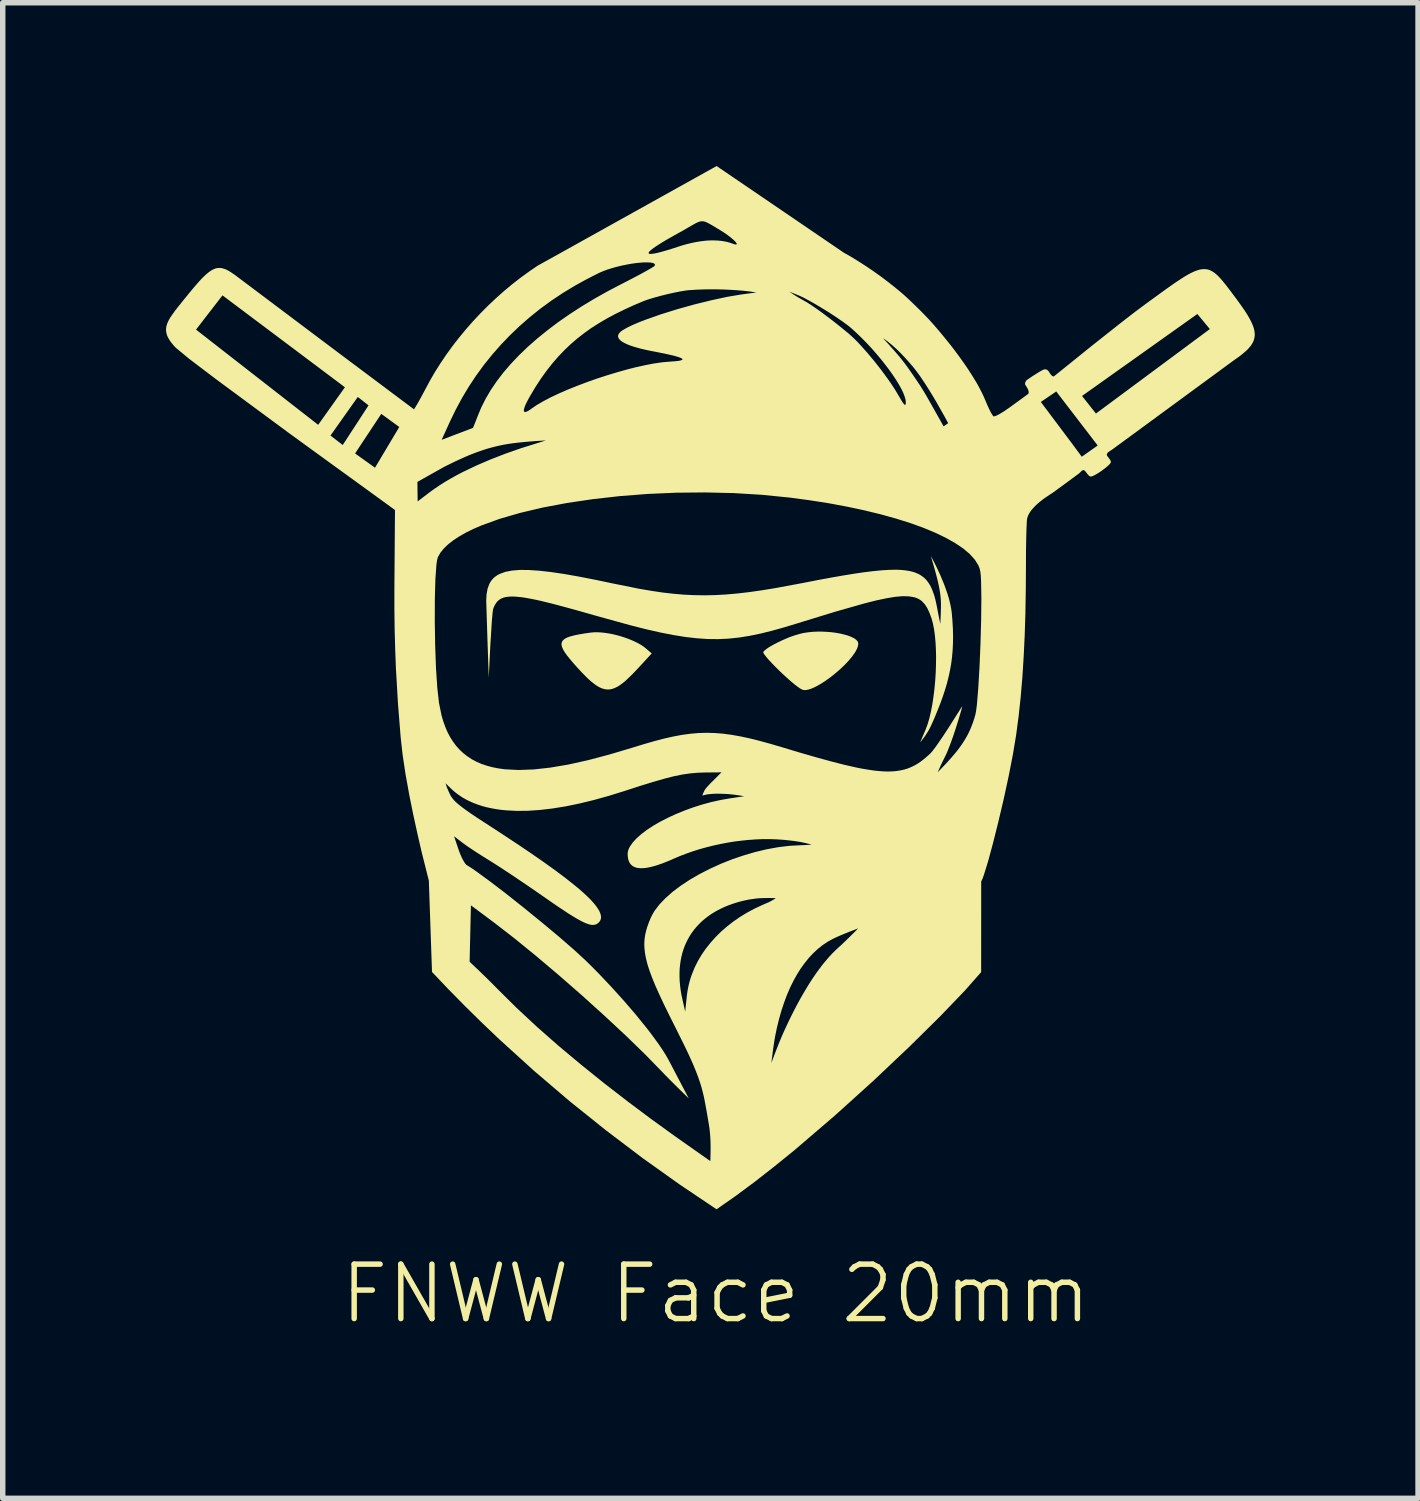
<source format=kicad_pcb>
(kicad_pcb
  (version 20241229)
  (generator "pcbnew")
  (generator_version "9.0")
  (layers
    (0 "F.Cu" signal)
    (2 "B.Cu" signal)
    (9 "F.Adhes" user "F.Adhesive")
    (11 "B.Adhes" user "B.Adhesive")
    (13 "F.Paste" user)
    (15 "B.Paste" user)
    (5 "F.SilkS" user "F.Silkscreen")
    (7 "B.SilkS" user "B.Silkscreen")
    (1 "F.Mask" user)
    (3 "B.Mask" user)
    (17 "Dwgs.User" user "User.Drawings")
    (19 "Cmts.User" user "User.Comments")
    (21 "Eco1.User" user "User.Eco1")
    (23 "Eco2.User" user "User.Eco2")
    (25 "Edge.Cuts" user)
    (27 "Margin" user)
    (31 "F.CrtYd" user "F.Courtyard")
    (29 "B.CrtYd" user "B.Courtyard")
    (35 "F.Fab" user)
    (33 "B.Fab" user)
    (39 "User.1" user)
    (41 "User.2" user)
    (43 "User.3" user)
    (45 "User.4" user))
  (footprint "FNWW Face 20mm"
    (layer "F.Cu")
    (at 10.099 19.445)
    (property "Reference" "FNWW Face 20mm" (at 0 1.27 0) (unlocked yes) (layer "F.SilkS") (effects (font (size 1 1) (thickness 0.1))))
    (fp_poly (pts (xy -2.11 -10.877) (xy -2.043 -10.87) (xy -1.974 -10.86) (xy -1.903 -10.847) (xy -1.832 -10.83) (xy -1.761 -10.811) (xy -1.69 -10.789) (xy -1.621 -10.765) (xy -1.555 -10.739) (xy -1.492 -10.711) (xy -1.433 -10.682) (xy -1.378 -10.651) (xy -1.33 -10.619) (xy -1.287 -10.586) (xy -1.177 -10.491) (xy -1.429 -10.218) (xy -1.516 -10.126) (xy -1.596 -10.047) (xy -1.633 -10.012) (xy -1.669 -9.98) (xy -1.704 -9.951) (xy -1.738 -9.925) (xy -1.771 -9.902) (xy -1.803 -9.882) (xy -1.835 -9.866) (xy -1.866 -9.852) (xy -1.896 -9.842) (xy -1.926 -9.834) (xy -1.955 -9.83) (xy -1.985 -9.829) (xy -2.015 -9.831) (xy -2.044 -9.836) (xy -2.074 -9.844) (xy -2.105 -9.855) (xy -2.135 -9.869) (xy -2.167 -9.887) (xy -2.199 -9.907) (xy -2.232 -9.931) (xy -2.266 -9.958) (xy -2.302 -9.987) (xy -2.338 -10.02) (xy -2.376 -10.056) (xy -2.456 -10.137) (xy -2.543 -10.231) (xy -2.619 -10.316) (xy -2.684 -10.393) (xy -2.738 -10.461) (xy -2.76 -10.492) (xy -2.78 -10.521) (xy -2.796 -10.549) (xy -2.81 -10.575) (xy -2.82 -10.599) (xy -2.828 -10.622) (xy -2.832 -10.644) (xy -2.834 -10.664) (xy -2.832 -10.682) (xy -2.827 -10.7) (xy -2.818 -10.716) (xy -2.807 -10.732) (xy -2.792 -10.746) (xy -2.774 -10.759) (xy -2.753 -10.772) (xy -2.728 -10.784) (xy -2.7 -10.795) (xy -2.668 -10.805) (xy -2.595 -10.824) (xy -2.507 -10.842) (xy -2.406 -10.859) (xy -2.29 -10.875) (xy -2.234 -10.88) (xy -2.174 -10.88)) (stroke (width -0.000001) (type solid)) (fill yes) (layer "F.SilkS"))
    (fp_poly (pts (xy 1.951 -10.892) (xy 2.039 -10.888) (xy 2.125 -10.881) (xy 2.208 -10.87) (xy 2.288 -10.856) (xy 2.361 -10.838) (xy 2.428 -10.819) (xy 2.487 -10.796) (xy 2.513 -10.784) (xy 2.537 -10.772) (xy 2.557 -10.759) (xy 2.575 -10.745) (xy 2.59 -10.731) (xy 2.602 -10.717) (xy 2.61 -10.702) (xy 2.615 -10.687) (xy 2.617 -10.662) (xy 2.613 -10.635) (xy 2.605 -10.606) (xy 2.593 -10.575) (xy 2.576 -10.542) (xy 2.556 -10.507) (xy 2.504 -10.434) (xy 2.44 -10.357) (xy 2.366 -10.279) (xy 2.284 -10.201) (xy 2.197 -10.126) (xy 2.107 -10.054) (xy 2.016 -9.989) (xy 1.927 -9.931) (xy 1.841 -9.883) (xy 1.762 -9.847) (xy 1.725 -9.834) (xy 1.69 -9.825) (xy 1.659 -9.819) (xy 1.63 -9.818) (xy 1.604 -9.821) (xy 1.582 -9.829) (xy 1.547 -9.849) (xy 1.504 -9.879) (xy 1.454 -9.917) (xy 1.399 -9.963) (xy 1.34 -10.014) (xy 1.279 -10.069) (xy 1.217 -10.126) (xy 1.156 -10.185) (xy 1.097 -10.243) (xy 1.042 -10.3) (xy 0.992 -10.353) (xy 0.949 -10.401) (xy 0.914 -10.444) (xy 0.888 -10.478) (xy 0.88 -10.492) (xy 0.875 -10.504) (xy 0.872 -10.513) (xy 0.873 -10.519) (xy 0.886 -10.535) (xy 0.905 -10.552) (xy 0.929 -10.572) (xy 0.959 -10.593) (xy 0.993 -10.614) (xy 1.032 -10.637) (xy 1.073 -10.66) (xy 1.118 -10.683) (xy 1.213 -10.729) (xy 1.311 -10.772) (xy 1.36 -10.792) (xy 1.409 -10.809) (xy 1.455 -10.825) (xy 1.5 -10.838) (xy 1.538 -10.849) (xy 1.574 -10.858) (xy 1.613 -10.867) (xy 1.693 -10.879) (xy 1.777 -10.888) (xy 1.863 -10.892)) (stroke (width -0.000001) (type solid)) (fill yes) (layer "F.SilkS"))
    (fp_poly (pts (xy 4.003 -12.182) (xy 4.06 -12.069) (xy 4.126 -11.926) (xy 4.194 -11.762) (xy 4.226 -11.674) (xy 4.257 -11.585) (xy 4.284 -11.495) (xy 4.306 -11.405) (xy 4.324 -11.316) (xy 4.336 -11.23) (xy 4.348 -11.082) (xy 4.356 -10.941) (xy 4.359 -10.805) (xy 4.357 -10.674) (xy 4.351 -10.547) (xy 4.34 -10.423) (xy 4.324 -10.301) (xy 4.303 -10.181) (xy 4.277 -10.062) (xy 4.247 -9.942) (xy 4.211 -9.822) (xy 4.171 -9.7) (xy 4.126 -9.576) (xy 4.076 -9.449) (xy 4.022 -9.317) (xy 3.962 -9.181) (xy 3.955 -9.165) (xy 3.947 -9.149) (xy 3.931 -9.118) (xy 3.915 -9.088) (xy 3.898 -9.058) (xy 3.88 -9.03) (xy 3.863 -9.004) (xy 3.846 -8.978) (xy 3.83 -8.955) (xy 3.815 -8.934) (xy 3.8 -8.915) (xy 3.777 -8.884) (xy 3.755 -8.858) (xy 3.788 -8.935) (xy 3.855 -9.093) (xy 3.891 -9.189) (xy 3.923 -9.299) (xy 3.952 -9.42) (xy 3.977 -9.55) (xy 3.998 -9.688) (xy 4.016 -9.831) (xy 4.03 -9.978) (xy 4.04 -10.126) (xy 4.045 -10.274) (xy 4.047 -10.42) (xy 4.044 -10.561) (xy 4.037 -10.697) (xy 4.025 -10.824) (xy 4.009 -10.941) (xy 3.988 -11.046) (xy 3.963 -11.137) (xy 3.926 -11.236) (xy 3.887 -11.321) (xy 3.842 -11.392) (xy 3.788 -11.45) (xy 3.757 -11.474) (xy 3.722 -11.494) (xy 3.685 -11.511) (xy 3.643 -11.524) (xy 3.547 -11.54) (xy 3.432 -11.543) (xy 3.294 -11.531) (xy 3.132 -11.504) (xy 2.943 -11.464) (xy 2.723 -11.408) (xy 2.182 -11.254) (xy 1.489 -11.041) (xy 1.251 -10.969) (xy 1.029 -10.907) (xy 0.819 -10.855) (xy 0.619 -10.814) (xy 0.425 -10.783) (xy 0.234 -10.763) (xy 0.043 -10.754) (xy -0.151 -10.756) (xy -0.351 -10.77) (xy -0.561 -10.794) (xy -0.784 -10.83) (xy -1.023 -10.877) (xy -1.281 -10.936) (xy -1.562 -11.007) (xy -2.203 -11.184) (xy -2.473 -11.261) (xy -2.715 -11.328) (xy -2.93 -11.386) (xy -3.028 -11.411) (xy -3.121 -11.434) (xy -3.207 -11.455) (xy -3.288 -11.473) (xy -3.364 -11.489) (xy -3.434 -11.502) (xy -3.5 -11.514) (xy -3.56 -11.523) (xy -3.617 -11.529) (xy -3.669 -11.534) (xy -3.716 -11.536) (xy -3.76 -11.536) (xy -3.801 -11.534) (xy -3.838 -11.53) (xy -3.871 -11.524) (xy -3.902 -11.515) (xy -3.916 -11.51) (xy -3.93 -11.504) (xy -3.943 -11.498) (xy -3.955 -11.492) (xy -3.966 -11.484) (xy -3.978 -11.477) (xy -3.988 -11.468) (xy -3.998 -11.46) (xy -4.017 -11.441) (xy -4.034 -11.419) (xy -4.049 -11.396) (xy -4.063 -11.371) (xy -4.076 -11.344) (xy -4.088 -11.314) (xy -4.094 -11.286) (xy -4.1 -11.236) (xy -4.114 -11.081) (xy -4.141 -10.65) (xy -4.17 -10.05) (xy -4.193 -10.701) (xy -4.217 -11.458) (xy -4.211 -11.574) (xy -4.193 -11.677) (xy -4.161 -11.765) (xy -4.139 -11.805) (xy -4.114 -11.841) (xy -4.084 -11.874) (xy -4.05 -11.903) (xy -4.012 -11.929) (xy -3.969 -11.952) (xy -3.868 -11.989) (xy -3.747 -12.013) (xy -3.604 -12.025) (xy -3.438 -12.024) (xy -3.247 -12.011) (xy -3.031 -11.987) (xy -2.787 -11.951) (xy -2.515 -11.903) (xy -2.212 -11.844) (xy -1.878 -11.774) (xy -1.406 -11.679) (xy -1.189 -11.642) (xy -0.982 -11.611) (xy -0.783 -11.588) (xy -0.588 -11.571) (xy -0.396 -11.562) (xy -0.205 -11.559) (xy -0.011 -11.563) (xy 0.188 -11.574) (xy 0.393 -11.592) (xy 0.608 -11.617) (xy 0.834 -11.649) (xy 1.075 -11.688) (xy 1.609 -11.787) (xy 1.874 -11.839) (xy 2.118 -11.884) (xy 2.34 -11.923) (xy 2.543 -11.956) (xy 2.727 -11.983) (xy 2.893 -12.003) (xy 3.043 -12.018) (xy 3.177 -12.026) (xy 3.297 -12.029) (xy 3.352 -12.028) (xy 3.404 -12.025) (xy 3.453 -12.021) (xy 3.499 -12.015) (xy 3.542 -12.008) (xy 3.583 -12) (xy 3.621 -11.99) (xy 3.657 -11.978) (xy 3.69 -11.965) (xy 3.722 -11.951) (xy 3.752 -11.935) (xy 3.78 -11.917) (xy 3.806 -11.898) (xy 3.831 -11.878) (xy 3.844 -11.866) (xy 3.857 -11.853) (xy 3.881 -11.825) (xy 3.903 -11.795) (xy 3.924 -11.764) (xy 3.943 -11.73) (xy 3.96 -11.696) (xy 3.975 -11.661) (xy 3.989 -11.625) (xy 4.002 -11.589) (xy 4.014 -11.553) (xy 4.024 -11.517) (xy 4.033 -11.483) (xy 4.048 -11.418) (xy 4.06 -11.36) (xy 4.093 -11.187) (xy 4.104 -11.131) (xy 4.125 -11.034) (xy 4.131 -11.163) (xy 4.135 -11.269) (xy 4.137 -11.355) (xy 4.137 -11.392) (xy 4.136 -11.427) (xy 4.135 -11.459) (xy 4.133 -11.489) (xy 4.131 -11.517) (xy 4.128 -11.545) (xy 4.121 -11.601) (xy 4.111 -11.662) (xy 4.103 -11.705) (xy 4.094 -11.752) (xy 4.071 -11.852) (xy 4.044 -11.955) (xy 4.017 -12.055) (xy 3.97 -12.217) (xy 3.949 -12.283)) (stroke (width -0.000001) (type solid)) (fill yes) (layer "F.SilkS"))
    (fp_poly (pts (xy 2.354 -17.852) (xy 2.487 -17.777) (xy 2.621 -17.694) (xy 2.757 -17.607) (xy 2.893 -17.515) (xy 3.027 -17.42) (xy 3.157 -17.322) (xy 3.284 -17.222) (xy 3.405 -17.122) (xy 3.459 -17.075) (xy 3.525 -17.015) (xy 3.599 -16.945) (xy 3.679 -16.867) (xy 3.762 -16.786) (xy 3.844 -16.702) (xy 3.923 -16.619) (xy 3.995 -16.539) (xy 4.078 -16.443) (xy 4.159 -16.347) (xy 4.314 -16.155) (xy 4.387 -16.06) (xy 4.457 -15.966) (xy 4.524 -15.873) (xy 4.588 -15.782) (xy 4.648 -15.693) (xy 4.704 -15.605) (xy 4.756 -15.521) (xy 4.805 -15.439) (xy 4.848 -15.359) (xy 4.887 -15.284) (xy 4.922 -15.211) (xy 4.951 -15.143) (xy 4.964 -15.113) (xy 4.976 -15.083) (xy 4.988 -15.055) (xy 5.001 -15.028) (xy 5.012 -15.002) (xy 5.024 -14.977) (xy 5.035 -14.955) (xy 5.046 -14.933) (xy 5.056 -14.914) (xy 5.066 -14.897) (xy 5.075 -14.882) (xy 5.083 -14.87) (xy 5.09 -14.86) (xy 5.097 -14.852) (xy 5.099 -14.849) (xy 5.102 -14.848) (xy 5.104 -14.846) (xy 5.106 -14.846) (xy 5.115 -14.847) (xy 5.126 -14.849) (xy 5.153 -14.859) (xy 5.185 -14.874) (xy 5.221 -14.894) (xy 5.261 -14.918) (xy 5.304 -14.945) (xy 5.395 -15.008) (xy 5.537 -15.111) (xy 5.971 -15.111) (xy 6.321 -14.645) (xy 6.577 -14.303) (xy 6.723 -14.105) (xy 7.016 -14.311) (xy 6.318 -15.221) (xy 6.728 -15.221) (xy 6.984 -14.898) (xy 9.076 -16.45) (xy 8.847 -16.727) (xy 6.728 -15.221) (xy 6.318 -15.221) (xy 6.255 -15.304) (xy 5.971 -15.111) (xy 5.537 -15.111) (xy 5.729 -15.251) (xy 5.734 -15.254) (xy 5.738 -15.259) (xy 5.741 -15.263) (xy 5.744 -15.268) (xy 5.746 -15.273) (xy 5.747 -15.278) (xy 5.748 -15.284) (xy 5.748 -15.29) (xy 5.748 -15.295) (xy 5.747 -15.302) (xy 5.746 -15.308) (xy 5.745 -15.314) (xy 5.743 -15.321) (xy 5.741 -15.327) (xy 5.736 -15.34) (xy 5.73 -15.353) (xy 5.723 -15.365) (xy 5.716 -15.377) (xy 5.709 -15.389) (xy 5.688 -15.422) (xy 5.686 -15.425) (xy 5.685 -15.428) (xy 5.684 -15.431) (xy 5.683 -15.434) (xy 5.682 -15.438) (xy 5.682 -15.441) (xy 5.681 -15.444) (xy 5.682 -15.448) (xy 5.682 -15.451) (xy 5.682 -15.455) (xy 5.683 -15.458) (xy 5.684 -15.462) (xy 5.684 -15.465) (xy 5.686 -15.469) (xy 5.687 -15.472) (xy 5.688 -15.476) (xy 5.691 -15.483) (xy 5.695 -15.489) (xy 5.698 -15.495) (xy 5.703 -15.501) (xy 5.707 -15.506) (xy 5.711 -15.511) (xy 5.715 -15.515) (xy 5.718 -15.517) (xy 5.72 -15.519) (xy 5.77 -15.552) (xy 5.814 -15.582) (xy 5.866 -15.615) (xy 5.918 -15.648) (xy 5.967 -15.677) (xy 5.989 -15.689) (xy 6.008 -15.699) (xy 6.024 -15.706) (xy 6.036 -15.709) (xy 6.04 -15.71) (xy 6.043 -15.71) (xy 6.047 -15.711) (xy 6.05 -15.711) (xy 6.053 -15.711) (xy 6.057 -15.71) (xy 6.06 -15.71) (xy 6.063 -15.709) (xy 6.066 -15.709) (xy 6.069 -15.708) (xy 6.072 -15.707) (xy 6.075 -15.706) (xy 6.078 -15.705) (xy 6.081 -15.703) (xy 6.084 -15.702) (xy 6.086 -15.7) (xy 6.089 -15.699) (xy 6.091 -15.697) (xy 6.094 -15.695) (xy 6.096 -15.693) (xy 6.101 -15.689) (xy 6.105 -15.685) (xy 6.109 -15.68) (xy 6.113 -15.676) (xy 6.116 -15.671) (xy 6.12 -15.666) (xy 6.126 -15.655) (xy 6.136 -15.641) (xy 6.142 -15.632) (xy 6.148 -15.624) (xy 6.154 -15.615) (xy 6.162 -15.607) (xy 6.169 -15.6) (xy 6.172 -15.596) (xy 6.176 -15.593) (xy 6.18 -15.59) (xy 6.184 -15.587) (xy 6.187 -15.585) (xy 6.191 -15.583) (xy 6.195 -15.582) (xy 6.199 -15.581) (xy 6.202 -15.58) (xy 6.206 -15.58) (xy 6.209 -15.581) (xy 6.213 -15.582) (xy 6.216 -15.584) (xy 6.219 -15.587) (xy 6.909 -16.143) (xy 7.46 -16.579) (xy 7.71 -16.772) (xy 7.913 -16.923) (xy 8.285 -17.193) (xy 8.437 -17.3) (xy 8.569 -17.387) (xy 8.629 -17.424) (xy 8.684 -17.456) (xy 8.736 -17.483) (xy 8.785 -17.506) (xy 8.831 -17.524) (xy 8.874 -17.538) (xy 8.915 -17.547) (xy 8.953 -17.551) (xy 8.99 -17.551) (xy 9.026 -17.547) (xy 9.06 -17.538) (xy 9.094 -17.524) (xy 9.127 -17.506) (xy 9.16 -17.484) (xy 9.193 -17.457) (xy 9.227 -17.426) (xy 9.261 -17.39) (xy 9.297 -17.35) (xy 9.373 -17.257) (xy 9.457 -17.147) (xy 9.552 -17.02) (xy 9.635 -16.906) (xy 9.707 -16.803) (xy 9.739 -16.755) (xy 9.768 -16.708) (xy 9.794 -16.664) (xy 9.817 -16.622) (xy 9.837 -16.582) (xy 9.855 -16.543) (xy 9.87 -16.506) (xy 9.882 -16.47) (xy 9.891 -16.436) (xy 9.897 -16.402) (xy 9.9 -16.37) (xy 9.901 -16.339) (xy 9.898 -16.309) (xy 9.893 -16.279) (xy 9.885 -16.25) (xy 9.874 -16.222) (xy 9.86 -16.194) (xy 9.843 -16.166) (xy 9.824 -16.138) (xy 9.801 -16.111) (xy 9.776 -16.083) (xy 9.748 -16.055) (xy 9.716 -16.027) (xy 9.682 -15.998) (xy 9.645 -15.968) (xy 9.605 -15.938) (xy 9.517 -15.876) (xy 7.292 -14.244) (xy 7.282 -14.237) (xy 7.273 -14.231) (xy 7.255 -14.219) (xy 7.239 -14.209) (xy 7.231 -14.203) (xy 7.224 -14.199) (xy 7.218 -14.194) (xy 7.211 -14.188) (xy 7.208 -14.186) (xy 7.206 -14.183) (xy 7.203 -14.181) (xy 7.2 -14.178) (xy 7.198 -14.175) (xy 7.196 -14.172) (xy 7.193 -14.169) (xy 7.191 -14.166) (xy 7.19 -14.163) (xy 7.188 -14.16) (xy 7.186 -14.157) (xy 7.185 -14.153) (xy 7.184 -14.149) (xy 7.183 -14.145) (xy 7.184 -14.141) (xy 7.184 -14.137) (xy 7.186 -14.132) (xy 7.188 -14.127) (xy 7.19 -14.122) (xy 7.193 -14.118) (xy 7.2 -14.107) (xy 7.208 -14.097) (xy 7.225 -14.074) (xy 7.233 -14.063) (xy 7.241 -14.052) (xy 7.245 -14.046) (xy 7.248 -14.041) (xy 7.251 -14.035) (xy 7.253 -14.03) (xy 7.255 -14.024) (xy 7.257 -14.019) (xy 7.257 -14.014) (xy 7.258 -14.009) (xy 7.257 -14.004) (xy 7.256 -13.999) (xy 7.254 -13.994) (xy 7.252 -13.989) (xy 7.241 -13.975) (xy 7.227 -13.96) (xy 7.209 -13.943) (xy 7.189 -13.925) (xy 7.167 -13.906) (xy 7.142 -13.887) (xy 7.117 -13.868) (xy 7.091 -13.848) (xy 7.064 -13.83) (xy 7.037 -13.812) (xy 7.011 -13.796) (xy 6.986 -13.781) (xy 6.962 -13.768) (xy 6.94 -13.757) (xy 6.92 -13.748) (xy 6.903 -13.742) (xy 6.898 -13.741) (xy 6.892 -13.741) (xy 6.887 -13.741) (xy 6.882 -13.742) (xy 6.877 -13.744) (xy 6.872 -13.746) (xy 6.867 -13.749) (xy 6.862 -13.752) (xy 6.857 -13.756) (xy 6.852 -13.76) (xy 6.847 -13.765) (xy 6.843 -13.769) (xy 6.834 -13.78) (xy 6.825 -13.791) (xy 6.808 -13.813) (xy 6.8 -13.823) (xy 6.792 -13.833) (xy 6.784 -13.842) (xy 6.78 -13.846) (xy 6.776 -13.849) (xy 6.772 -13.852) (xy 6.769 -13.854) (xy 6.765 -13.856) (xy 6.761 -13.857) (xy 6.758 -13.857) (xy 6.755 -13.858) (xy 6.751 -13.858) (xy 6.749 -13.858) (xy 6.746 -13.858) (xy 6.743 -13.857) (xy 6.74 -13.856) (xy 6.738 -13.855) (xy 6.735 -13.854) (xy 6.733 -13.853) (xy 6.73 -13.851) (xy 6.728 -13.85) (xy 6.723 -13.846) (xy 6.718 -13.842) (xy 6.697 -13.82) (xy 6.69 -13.813) (xy 6.683 -13.807) (xy 6.675 -13.8) (xy 6.667 -13.793) (xy 6.375 -13.578) (xy 6.243 -13.482) (xy 6.177 -13.434) (xy 6.138 -13.41) (xy 6.079 -13.37) (xy 6.043 -13.346) (xy 6.005 -13.318) (xy 5.966 -13.287) (xy 5.926 -13.254) (xy 5.887 -13.219) (xy 5.85 -13.182) (xy 5.815 -13.143) (xy 5.799 -13.124) (xy 5.784 -13.103) (xy 5.77 -13.083) (xy 5.757 -13.062) (xy 5.746 -13.041) (xy 5.736 -13.02) (xy 5.728 -12.999) (xy 5.722 -12.978) (xy 5.718 -12.957) (xy 5.715 -12.935) (xy 5.708 -12.788) (xy 5.703 -12.604) (xy 5.699 -12.38) (xy 5.698 -12.111) (xy 5.695 -11.663) (xy 5.688 -11.234) (xy 5.675 -10.824) (xy 5.656 -10.431) (xy 5.632 -10.052) (xy 5.601 -9.688) (xy 5.563 -9.336) (xy 5.518 -8.995) (xy 5.459 -8.639) (xy 5.38 -8.235) (xy 5.288 -7.81) (xy 5.189 -7.39) (xy 5.092 -7.003) (xy 5.003 -6.674) (xy 4.928 -6.431) (xy 4.899 -6.35) (xy 4.876 -6.301) (xy 4.875 -4.637) (xy 4.579 -4.301) (xy 4.131 -3.834) (xy 3.562 -3.272) (xy 2.905 -2.65) (xy 2.19 -2.004) (xy 1.449 -1.369) (xy 1.078 -1.068) (xy 0.713 -0.783) (xy 0.357 -0.519) (xy 0.014 -0.28) (xy -0.667 -0.738) (xy -1.346 -1.222) (xy -2.019 -1.732) (xy -2.685 -2.266) (xy -3.34 -2.825) (xy -3.981 -3.407) (xy -4.296 -3.707) (xy -4.606 -4.012) (xy -4.912 -4.323) (xy -5.213 -4.64) (xy -5.271 -6.317) (xy -5.402 -6.838) (xy -5.478 -7.167) (xy -5.556 -7.523) (xy -5.631 -7.894) (xy -5.669 -8.107) (xy -4.965 -8.107) (xy -4.955 -8.077) (xy -4.946 -8.049) (xy -4.941 -8.036) (xy -4.936 -8.023) (xy -4.932 -8.012) (xy -4.926 -7.999) (xy -4.914 -7.97) (xy -4.898 -7.936) (xy -4.88 -7.897) (xy -4.868 -7.874) (xy -4.854 -7.852) (xy -4.837 -7.829) (xy -4.817 -7.805) (xy -4.794 -7.78) (xy -4.767 -7.754) (xy -4.736 -7.726) (xy -4.7 -7.697) (xy -4.66 -7.666) (xy -4.615 -7.632) (xy -4.508 -7.556) (xy -4.377 -7.468) (xy -4.219 -7.366) (xy -3.914 -7.167) (xy -3.634 -6.982) (xy -3.379 -6.81) (xy -3.149 -6.65) (xy -2.944 -6.503) (xy -2.762 -6.366) (xy -2.604 -6.241) (xy -2.533 -6.183) (xy -2.468 -6.127) (xy -2.409 -6.074) (xy -2.355 -6.023) (xy -2.306 -5.975) (xy -2.264 -5.929) (xy -2.226 -5.885) (xy -2.194 -5.844) (xy -2.167 -5.805) (xy -2.145 -5.769) (xy -2.128 -5.734) (xy -2.117 -5.702) (xy -2.11 -5.672) (xy -2.108 -5.643) (xy -2.111 -5.617) (xy -2.119 -5.592) (xy -2.132 -5.57) (xy -2.15 -5.549) (xy -2.172 -5.53) (xy -2.197 -5.516) (xy -2.224 -5.507) (xy -2.255 -5.504) (xy -2.29 -5.506) (xy -2.33 -5.515) (xy -2.376 -5.531) (xy -2.428 -5.553) (xy -2.487 -5.583) (xy -2.554 -5.62) (xy -2.629 -5.665) (xy -2.714 -5.718) (xy -2.913 -5.85) (xy -3.157 -6.019) (xy -3.436 -6.212) (xy -3.717 -6.402) (xy -3.966 -6.566) (xy -4.069 -6.632) (xy -4.152 -6.684) (xy -4.224 -6.729) (xy -4.298 -6.775) (xy -4.372 -6.822) (xy -4.442 -6.868) (xy -4.507 -6.911) (xy -4.566 -6.951) (xy -4.615 -6.986) (xy -4.653 -7.014) (xy -4.808 -7.133) (xy -4.725 -6.887) (xy -4.716 -6.861) (xy -4.707 -6.836) (xy -4.697 -6.812) (xy -4.687 -6.788) (xy -4.677 -6.765) (xy -4.667 -6.742) (xy -4.656 -6.721) (xy -4.646 -6.701) (xy -4.635 -6.682) (xy -4.625 -6.665) (xy -4.615 -6.649) (xy -4.606 -6.636) (xy -4.597 -6.624) (xy -4.588 -6.614) (xy -4.584 -6.61) (xy -4.58 -6.606) (xy -4.576 -6.603) (xy -4.572 -6.601) (xy -4.499 -6.556) (xy -4.404 -6.491) (xy -4.159 -6.312) (xy -3.86 -6.084) (xy -3.532 -5.824) (xy -3.198 -5.552) (xy -2.88 -5.287) (xy -2.604 -5.047) (xy -2.392 -4.852) (xy -2.27 -4.732) (xy -2.149 -4.609) (xy -1.911 -4.358) (xy -1.683 -4.105) (xy -1.47 -3.857) (xy -1.278 -3.62) (xy -1.192 -3.509) (xy -1.113 -3.402) (xy -1.041 -3.302) (xy -0.979 -3.21) (xy -0.925 -3.125) (xy -0.881 -3.049) (xy -0.83 -2.953) (xy -0.766 -2.831) (xy -0.635 -2.581) (xy -0.497 -2.318) (xy -0.666 -2.483) (xy -0.747 -2.563) (xy -0.84 -2.656) (xy -0.928 -2.745) (xy -0.995 -2.815) (xy -1.296 -3.124) (xy -1.65 -3.468) (xy -2.044 -3.835) (xy -2.46 -4.211) (xy -2.886 -4.583) (xy -3.305 -4.937) (xy -3.703 -5.261) (xy -4.065 -5.541) (xy -4.498 -5.864) (xy -4.522 -4.827) (xy -4.351 -4.665) (xy -4.185 -4.504) (xy -4.096 -4.415) (xy -4.008 -4.326) (xy -3.658 -3.979) (xy -3.282 -3.629) (xy -2.884 -3.279) (xy -2.47 -2.933) (xy -2.046 -2.592) (xy -1.618 -2.261) (xy -1.192 -1.942) (xy -0.773 -1.639) (xy -0.1 -1.165) (xy -0.097 -1.263) (xy -0.095 -1.356) (xy -0.095 -1.445) (xy -0.097 -1.529) (xy -0.101 -1.609) (xy -0.107 -1.684) (xy -0.114 -1.754) (xy -0.124 -1.82) (xy -0.163 -2.052) (xy -0.199 -2.249) (xy -0.217 -2.34) (xy -0.238 -2.428) (xy -0.261 -2.516) (xy -0.288 -2.605) (xy -0.32 -2.698) (xy -0.357 -2.797) (xy -0.401 -2.905) (xy -0.427 -2.966) (xy 1.021 -2.966) (xy 1.044 -3.03) (xy 1.108 -3.198) (xy 1.151 -3.308) (xy 1.201 -3.43) (xy 1.257 -3.558) (xy 1.317 -3.687) (xy 1.376 -3.81) (xy 1.435 -3.927) (xy 1.494 -4.04) (xy 1.553 -4.148) (xy 1.612 -4.251) (xy 1.671 -4.35) (xy 1.729 -4.444) (xy 1.788 -4.534) (xy 1.846 -4.619) (xy 1.905 -4.699) (xy 1.963 -4.776) (xy 2.022 -4.847) (xy 2.08 -4.915) (xy 2.139 -4.978) (xy 2.198 -5.037) (xy 2.256 -5.092) (xy 2.314 -5.144) (xy 2.374 -5.201) (xy 2.434 -5.259) (xy 2.491 -5.315) (xy 2.581 -5.404) (xy 2.616 -5.441) (xy 2.448 -5.376) (xy 2.374 -5.346) (xy 2.296 -5.314) (xy 2.221 -5.281) (xy 2.153 -5.249) (xy 2.057 -5.196) (xy 1.966 -5.135) (xy 1.877 -5.065) (xy 1.793 -4.987) (xy 1.712 -4.901) (xy 1.635 -4.806) (xy 1.561 -4.704) (xy 1.492 -4.594) (xy 1.427 -4.477) (xy 1.365 -4.352) (xy 1.308 -4.219) (xy 1.256 -4.08) (xy 1.207 -3.933) (xy 1.163 -3.779) (xy 1.124 -3.619) (xy 1.089 -3.451) (xy 1.077 -3.38) (xy 1.065 -3.302) (xy 1.053 -3.221) (xy 1.043 -3.143) (xy 1.021 -2.966) (xy -0.427 -2.966) (xy -0.452 -3.022) (xy -0.511 -3.151) (xy -0.58 -3.295) (xy -0.748 -3.633) (xy -0.855 -3.846) (xy -0.95 -4.04) (xy -1.033 -4.217) (xy -1.105 -4.377) (xy -1.165 -4.523) (xy -1.176 -4.551) (xy -0.666 -4.551) (xy -0.663 -4.473) (xy -0.656 -4.392) (xy -0.646 -4.31) (xy -0.632 -4.227) (xy -0.614 -4.142) (xy -0.562 -3.912) (xy -0.531 -4.206) (xy -0.522 -4.272) (xy -0.511 -4.337) (xy -0.497 -4.402) (xy -0.481 -4.466) (xy -0.462 -4.53) (xy -0.44 -4.593) (xy -0.39 -4.717) (xy -0.33 -4.838) (xy -0.261 -4.955) (xy -0.183 -5.068) (xy -0.096 -5.177) (xy -0.002 -5.282) (xy 0.099 -5.382) (xy 0.208 -5.477) (xy 0.323 -5.566) (xy 0.444 -5.65) (xy 0.572 -5.728) (xy 0.704 -5.799) (xy 0.842 -5.864) (xy 0.929 -5.902) (xy 0.96 -5.915) (xy 0.986 -5.927) (xy 0.998 -5.933) (xy 1.01 -5.94) (xy 1.023 -5.947) (xy 1.036 -5.954) (xy 1.066 -5.972) (xy 1.104 -5.995) (xy 1.006 -5.998) (xy 0.943 -5.998) (xy 0.87 -5.997) (xy 0.788 -5.993) (xy 0.744 -5.989) (xy 0.698 -5.983) (xy 0.65 -5.976) (xy 0.599 -5.968) (xy 0.547 -5.957) (xy 0.493 -5.945) (xy 0.41 -5.923) (xy 0.33 -5.898) (xy 0.252 -5.871) (xy 0.178 -5.842) (xy 0.106 -5.809) (xy 0.038 -5.775) (xy -0.027 -5.738) (xy -0.09 -5.699) (xy -0.149 -5.657) (xy -0.205 -5.613) (xy -0.259 -5.567) (xy -0.309 -5.518) (xy -0.355 -5.468) (xy -0.399 -5.415) (xy -0.44 -5.36) (xy -0.477 -5.303) (xy -0.511 -5.244) (xy -0.541 -5.184) (xy -0.569 -5.121) (xy -0.593 -5.056) (xy -0.614 -4.989) (xy -0.631 -4.921) (xy -0.645 -4.85) (xy -0.655 -4.778) (xy -0.663 -4.704) (xy -0.666 -4.629) (xy -0.666 -4.551) (xy -1.176 -4.551) (xy -1.215 -4.656) (xy -1.235 -4.718) (xy -1.254 -4.778) (xy -1.269 -4.835) (xy -1.282 -4.89) (xy -1.293 -4.943) (xy -1.301 -4.995) (xy -1.307 -5.044) (xy -1.311 -5.093) (xy -1.313 -5.14) (xy -1.312 -5.186) (xy -1.309 -5.232) (xy -1.304 -5.277) (xy -1.297 -5.321) (xy -1.287 -5.366) (xy -1.276 -5.41) (xy -1.263 -5.455) (xy -1.231 -5.546) (xy -1.192 -5.64) (xy -1.162 -5.699) (xy -1.127 -5.759) (xy -1.037 -5.878) (xy -0.925 -5.995) (xy -0.794 -6.111) (xy -0.644 -6.224) (xy -0.479 -6.333) (xy -0.3 -6.437) (xy -0.11 -6.534) (xy 0.089 -6.625) (xy 0.295 -6.707) (xy 0.506 -6.779) (xy 0.72 -6.842) (xy 0.934 -6.893) (xy 1.147 -6.932) (xy 1.355 -6.957) (xy 1.558 -6.968) (xy 1.591 -6.969) (xy 1.625 -6.97) (xy 1.659 -6.972) (xy 1.691 -6.974) (xy 1.74 -6.978) (xy 1.76 -6.98) (xy 1.692 -6.997) (xy 1.63 -7.012) (xy 1.598 -7.019) (xy 1.568 -7.025) (xy 1.537 -7.031) (xy 1.503 -7.036) (xy 1.465 -7.042) (xy 1.425 -7.048) (xy 1.335 -7.058) (xy 1.235 -7.068) (xy 1.115 -7.076) (xy 0.992 -7.08) (xy 0.867 -7.08) (xy 0.74 -7.075) (xy 0.611 -7.066) (xy 0.481 -7.053) (xy 0.35 -7.037) (xy 0.22 -7.016) (xy 0.089 -6.991) (xy -0.04 -6.963) (xy -0.168 -6.931) (xy -0.295 -6.896) (xy -0.419 -6.857) (xy -0.541 -6.814) (xy -0.659 -6.769) (xy -0.774 -6.72) (xy -0.827 -6.696) (xy -0.879 -6.675) (xy -0.928 -6.655) (xy -0.976 -6.636) (xy -1.022 -6.62) (xy -1.066 -6.605) (xy -1.109 -6.591) (xy -1.149 -6.58) (xy -1.188 -6.57) (xy -1.225 -6.562) (xy -1.261 -6.555) (xy -1.295 -6.55) (xy -1.327 -6.547) (xy -1.357 -6.546) (xy -1.386 -6.546) (xy -1.412 -6.548) (xy -1.438 -6.551) (xy -1.461 -6.557) (xy -1.483 -6.564) (xy -1.503 -6.572) (xy -1.522 -6.583) (xy -1.539 -6.595) (xy -1.554 -6.609) (xy -1.568 -6.624) (xy -1.58 -6.641) (xy -1.59 -6.66) (xy -1.599 -6.68) (xy -1.606 -6.703) (xy -1.612 -6.727) (xy -1.615 -6.752) (xy -1.618 -6.78) (xy -1.619 -6.809) (xy -1.616 -6.842) (xy -1.608 -6.876) (xy -1.594 -6.912) (xy -1.575 -6.947) (xy -1.523 -7.021) (xy -1.453 -7.097) (xy -1.367 -7.173) (xy -1.265 -7.25) (xy -1.149 -7.326) (xy -1.021 -7.4) (xy -0.883 -7.471) (xy -0.735 -7.539) (xy -0.58 -7.603) (xy -0.418 -7.662) (xy -0.252 -7.715) (xy -0.082 -7.761) (xy 0.089 -7.799) (xy 0.261 -7.829) (xy 0.523 -7.868) (xy 0.457 -7.879) (xy 0.364 -7.893) (xy 0.315 -7.899) (xy 0.284 -7.902) (xy 0.249 -7.906) (xy 0.209 -7.909) (xy 0.164 -7.911) (xy 0.114 -7.913) (xy 0.059 -7.914) (xy 0.029 -7.915) (xy -0.000028 -7.914) (xy -0.029 -7.913) (xy -0.056 -7.912) (xy -0.082 -7.91) (xy -0.107 -7.907) (xy -0.13 -7.905) (xy -0.151 -7.902) (xy -0.159 -7.901) (xy -0.167 -7.899) (xy -0.176 -7.898) (xy -0.184 -7.896) (xy -0.2 -7.892) (xy -0.215 -7.889) (xy -0.228 -7.885) (xy -0.238 -7.883) (xy -0.247 -7.88) (xy -0.242 -7.894) (xy -0.236 -7.91) (xy -0.229 -7.929) (xy -0.219 -7.949) (xy -0.214 -7.96) (xy -0.209 -7.971) (xy -0.203 -7.981) (xy -0.197 -7.991) (xy -0.191 -8) (xy -0.185 -8.008) (xy -0.171 -8.025) (xy -0.155 -8.043) (xy -0.138 -8.062) (xy -0.12 -8.081) (xy -0.102 -8.1) (xy -0.082 -8.12) (xy -0.042 -8.16) (xy 0.105 -8.307) (xy -0.205 -8.304) (xy -0.341 -8.299) (xy -0.474 -8.287) (xy -0.613 -8.267) (xy -0.766 -8.236) (xy -0.941 -8.191) (xy -1.147 -8.132) (xy -1.391 -8.057) (xy -1.684 -7.962) (xy -1.968 -7.874) (xy -2.242 -7.798) (xy -2.505 -7.734) (xy -2.757 -7.682) (xy -2.999 -7.643) (xy -3.229 -7.616) (xy -3.448 -7.601) (xy -3.655 -7.599) (xy -3.851 -7.609) (xy -3.945 -7.618) (xy -4.035 -7.631) (xy -4.122 -7.647) (xy -4.207 -7.665) (xy -4.288 -7.687) (xy -4.366 -7.712) (xy -4.441 -7.74) (xy -4.513 -7.771) (xy -4.582 -7.805) (xy -4.648 -7.842) (xy -4.71 -7.883) (xy -4.769 -7.926) (xy -4.825 -7.972) (xy -4.878 -8.022) (xy -4.892 -8.036) (xy -4.908 -8.051) (xy -4.936 -8.079) (xy -4.965 -8.107) (xy -5.669 -8.107) (xy -5.698 -8.265) (xy -5.752 -8.623) (xy -5.789 -8.954) (xy -5.838 -9.568) (xy -5.876 -10.219) (xy -5.889 -10.562) (xy -5.899 -10.918) (xy -5.901 -11.077) (xy -5.162 -11.077) (xy -5.155 -10.643) (xy -5.14 -10.226) (xy -5.116 -9.862) (xy -5.085 -9.584) (xy -5.037 -9.349) (xy -5.005 -9.241) (xy -4.968 -9.139) (xy -4.927 -9.043) (xy -4.88 -8.954) (xy -4.827 -8.871) (xy -4.77 -8.794) (xy -4.706 -8.723) (xy -4.638 -8.659) (xy -4.563 -8.601) (xy -4.483 -8.548) (xy -4.397 -8.502) (xy -4.305 -8.462) (xy -4.207 -8.429) (xy -4.103 -8.401) (xy -3.992 -8.379) (xy -3.876 -8.363) (xy -3.623 -8.35) (xy -3.344 -8.36) (xy -3.037 -8.394) (xy -2.703 -8.451) (xy -2.34 -8.532) (xy -1.948 -8.636) (xy -1.526 -8.762) (xy -1.32 -8.825) (xy -1.129 -8.88) (xy -0.95 -8.927) (xy -0.781 -8.965) (xy -0.621 -8.995) (xy -0.466 -9.016) (xy -0.316 -9.029) (xy -0.167 -9.033) (xy -0.017 -9.029) (xy 0.135 -9.017) (xy 0.291 -8.996) (xy 0.454 -8.967) (xy 0.626 -8.93) (xy 0.81 -8.884) (xy 1.006 -8.83) (xy 1.218 -8.768) (xy 1.549 -8.668) (xy 1.849 -8.582) (xy 2.118 -8.508) (xy 2.359 -8.446) (xy 2.575 -8.397) (xy 2.674 -8.377) (xy 2.767 -8.361) (xy 2.856 -8.347) (xy 2.939 -8.336) (xy 3.018 -8.329) (xy 3.092 -8.324) (xy 3.163 -8.322) (xy 3.23 -8.324) (xy 3.293 -8.328) (xy 3.353 -8.336) (xy 3.411 -8.346) (xy 3.465 -8.359) (xy 3.518 -8.375) (xy 3.569 -8.395) (xy 3.618 -8.417) (xy 3.665 -8.441) (xy 3.712 -8.469) (xy 3.758 -8.5) (xy 3.803 -8.534) (xy 3.848 -8.57) (xy 3.893 -8.609) (xy 3.939 -8.651) (xy 3.966 -8.68) (xy 3.999 -8.722) (xy 4.038 -8.773) (xy 4.08 -8.833) (xy 4.173 -8.969) (xy 4.27 -9.117) (xy 4.528 -9.523) (xy 4.517 -9.475) (xy 4.492 -9.387) (xy 4.457 -9.27) (xy 4.415 -9.135) (xy 4.368 -8.992) (xy 4.318 -8.851) (xy 4.269 -8.724) (xy 4.246 -8.669) (xy 4.224 -8.621) (xy 4.173 -8.518) (xy 4.141 -8.452) (xy 4.114 -8.392) (xy 4.076 -8.307) (xy 4.211 -8.448) (xy 4.273 -8.515) (xy 4.33 -8.579) (xy 4.384 -8.642) (xy 4.434 -8.703) (xy 4.48 -8.764) (xy 4.523 -8.824) (xy 4.563 -8.886) (xy 4.6 -8.948) (xy 4.635 -9.011) (xy 4.666 -9.077) (xy 4.695 -9.145) (xy 4.722 -9.216) (xy 4.747 -9.291) (xy 4.77 -9.37) (xy 4.783 -9.441) (xy 4.797 -9.549) (xy 4.822 -9.853) (xy 4.845 -10.242) (xy 4.863 -10.673) (xy 4.875 -11.107) (xy 4.879 -11.5) (xy 4.874 -11.813) (xy 4.868 -11.926) (xy 4.859 -12.003) (xy 4.845 -12.056) (xy 4.824 -12.109) (xy 4.759 -12.213) (xy 4.667 -12.316) (xy 4.547 -12.418) (xy 4.4 -12.517) (xy 4.229 -12.614) (xy 4.033 -12.708) (xy 3.815 -12.799) (xy 3.574 -12.886) (xy 3.313 -12.968) (xy 3.032 -13.046) (xy 2.733 -13.119) (xy 2.415 -13.187) (xy 2.082 -13.249) (xy 1.733 -13.304) (xy 1.369 -13.353) (xy 0.853 -13.405) (xy 0.327 -13.437) (xy -0.203 -13.449) (xy -0.732 -13.444) (xy -1.255 -13.421) (xy -1.767 -13.381) (xy -2.261 -13.325) (xy -2.734 -13.255) (xy -3.18 -13.171) (xy -3.594 -13.073) (xy -3.97 -12.964) (xy -4.303 -12.843) (xy -4.452 -12.779) (xy -4.588 -12.712) (xy -4.711 -12.642) (xy -4.82 -12.571) (xy -4.915 -12.497) (xy -4.994 -12.421) (xy -5.057 -12.344) (xy -5.104 -12.264) (xy -5.119 -12.21) (xy -5.132 -12.12) (xy -5.151 -11.851) (xy -5.161 -11.491) (xy -5.162 -11.077) (xy -5.901 -11.077) (xy -5.904 -11.289) (xy -5.904 -11.676) (xy -5.893 -13.126) (xy -6.605 -13.643) (xy -5.481 -13.643) (xy -5.477 -13.284) (xy -5.252 -13.455) (xy -5.166 -13.517) (xy -5.073 -13.58) (xy -4.975 -13.642) (xy -4.871 -13.703) (xy -4.762 -13.764) (xy -4.647 -13.824) (xy -4.402 -13.941) (xy -4.14 -14.054) (xy -3.861 -14.162) (xy -3.569 -14.264) (xy -3.264 -14.359) (xy -3.243 -14.365) (xy -3.22 -14.373) (xy -3.174 -14.387) (xy -3.123 -14.404) (xy -3.291 -14.394) (xy -3.464 -14.38) (xy -3.562 -14.371) (xy -3.665 -14.36) (xy -3.744 -14.35) (xy -3.822 -14.338) (xy -3.899 -14.325) (xy -3.975 -14.309) (xy -4.05 -14.292) (xy -4.126 -14.272) (xy -4.202 -14.251) (xy -4.279 -14.226) (xy -4.358 -14.199) (xy -4.438 -14.169) (xy -4.521 -14.137) (xy -4.606 -14.101) (xy -4.786 -14.019) (xy -4.982 -13.923) (xy -5.481 -13.643) (xy -6.605 -13.643) (xy -7.325 -14.165) (xy -6.626 -14.165) (xy -6.26 -13.903) (xy -5.955 -14.415) (xy -5.036 -14.415) (xy -4.46 -14.635) (xy -4.433 -14.701) (xy -4.406 -14.769) (xy -4.375 -14.848) (xy -4.33 -14.958) (xy -3.526 -14.958) (xy -3.525 -14.95) (xy -3.524 -14.943) (xy -3.522 -14.937) (xy -3.52 -14.935) (xy -3.518 -14.933) (xy -3.516 -14.931) (xy -3.514 -14.929) (xy -3.511 -14.928) (xy -3.509 -14.927) (xy -3.502 -14.927) (xy -3.495 -14.927) (xy -3.487 -14.929) (xy -3.477 -14.932) (xy -3.467 -14.937) (xy -3.455 -14.942) (xy -3.443 -14.949) (xy -3.429 -14.957) (xy -3.415 -14.967) (xy -3.4 -14.978) (xy -3.383 -14.99) (xy -3.286 -15.056) (xy -3.169 -15.124) (xy -3.034 -15.195) (xy -2.885 -15.265) (xy -2.723 -15.336) (xy -2.551 -15.405) (xy -2.372 -15.473) (xy -2.188 -15.538) (xy -2.002 -15.599) (xy -1.816 -15.655) (xy -1.633 -15.707) (xy -1.456 -15.752) (xy -1.286 -15.789) (xy -1.127 -15.819) (xy -0.981 -15.84) (xy -0.85 -15.851) (xy -0.782 -15.856) (xy -0.726 -15.861) (xy -0.681 -15.866) (xy -0.647 -15.873) (xy -0.624 -15.881) (xy -0.617 -15.885) (xy -0.613 -15.89) (xy -0.611 -15.894) (xy -0.613 -15.899) (xy -0.617 -15.905) (xy -0.625 -15.91) (xy -0.648 -15.922) (xy -0.683 -15.935) (xy -0.73 -15.949) (xy -0.788 -15.965) (xy -0.858 -15.981) (xy -0.94 -15.999) (xy -1.14 -16.039) (xy -1.195 -16.049) (xy -1.247 -16.06) (xy -1.297 -16.071) (xy -1.345 -16.082) (xy -1.39 -16.093) (xy -1.433 -16.105) (xy -1.474 -16.117) (xy -1.512 -16.128) (xy -1.548 -16.14) (xy -1.582 -16.152) (xy -1.613 -16.164) (xy -1.641 -16.176) (xy -1.667 -16.189) (xy -1.691 -16.201) (xy -1.713 -16.214) (xy -1.731 -16.226) (xy -1.748 -16.239) (xy -1.762 -16.252) (xy -1.773 -16.265) (xy -1.782 -16.278) (xy -1.789 -16.291) (xy -1.791 -16.298) (xy -1.793 -16.304) (xy -1.794 -16.311) (xy -1.795 -16.317) (xy -1.795 -16.324) (xy -1.794 -16.331) (xy -1.792 -16.337) (xy -1.79 -16.344) (xy -1.784 -16.357) (xy -1.776 -16.371) (xy -1.765 -16.384) (xy -1.752 -16.398) (xy -1.736 -16.411) (xy -1.717 -16.425) (xy -1.696 -16.438) (xy -1.617 -16.482) (xy -1.521 -16.528) (xy -1.41 -16.575) (xy -1.286 -16.623) (xy -1.008 -16.721) (xy -0.703 -16.816) (xy -0.387 -16.904) (xy -0.077 -16.98) (xy 0.21 -17.042) (xy 0.46 -17.084) (xy 0.592 -17.102) (xy 0.745 -17.121) (xy 0.649 -17.137) (xy 1.35 -17.137) (xy 1.444 -17.075) (xy 1.484 -17.05) (xy 1.525 -17.025) (xy 1.564 -17.003) (xy 1.596 -16.985) (xy 1.664 -16.947) (xy 1.747 -16.895) (xy 1.843 -16.829) (xy 1.95 -16.753) (xy 2.065 -16.667) (xy 2.186 -16.574) (xy 2.311 -16.474) (xy 2.438 -16.37) (xy 2.488 -16.325) (xy 2.543 -16.274) (xy 2.601 -16.216) (xy 2.661 -16.152) (xy 2.787 -16.011) (xy 2.915 -15.857) (xy 3.041 -15.697) (xy 3.158 -15.537) (xy 3.213 -15.459) (xy 3.263 -15.384) (xy 3.309 -15.311) (xy 3.349 -15.242) (xy 3.37 -15.207) (xy 3.389 -15.175) (xy 3.405 -15.147) (xy 3.42 -15.123) (xy 3.433 -15.103) (xy 3.439 -15.094) (xy 3.445 -15.087) (xy 3.45 -15.08) (xy 3.455 -15.074) (xy 3.459 -15.069) (xy 3.463 -15.065) (xy 3.467 -15.062) (xy 3.47 -15.059) (xy 3.473 -15.058) (xy 3.476 -15.057) (xy 3.477 -15.057) (xy 3.478 -15.057) (xy 3.48 -15.057) (xy 3.481 -15.058) (xy 3.482 -15.058) (xy 3.483 -15.059) (xy 3.484 -15.062) (xy 3.486 -15.065) (xy 3.487 -15.069) (xy 3.488 -15.074) (xy 3.489 -15.079) (xy 3.489 -15.085) (xy 3.49 -15.092) (xy 3.49 -15.108) (xy 3.489 -15.131) (xy 3.485 -15.157) (xy 3.468 -15.216) (xy 3.442 -15.283) (xy 3.406 -15.357) (xy 3.361 -15.437) (xy 3.308 -15.523) (xy 3.248 -15.613) (xy 3.182 -15.706) (xy 3.109 -15.802) (xy 3.032 -15.899) (xy 2.949 -15.997) (xy 2.864 -16.095) (xy 2.775 -16.19) (xy 2.683 -16.284) (xy 2.682 -16.285) (xy 3.07 -16.285) (xy 3.178 -16.167) (xy 3.22 -16.119) (xy 3.258 -16.077) (xy 3.324 -16.001) (xy 3.386 -15.928) (xy 3.427 -15.877) (xy 3.473 -15.817) (xy 3.523 -15.749) (xy 3.574 -15.677) (xy 3.675 -15.53) (xy 3.762 -15.4) (xy 3.809 -15.324) (xy 3.871 -15.22) (xy 4.011 -14.973) (xy 4.185 -14.663) (xy 4.269 -14.721) (xy 4.209 -14.833) (xy 4.056 -15.104) (xy 3.958 -15.268) (xy 3.853 -15.436) (xy 3.747 -15.594) (xy 3.694 -15.666) (xy 3.643 -15.732) (xy 3.595 -15.789) (xy 3.538 -15.855) (xy 3.473 -15.927) (xy 3.402 -16.002) (xy 3.364 -16.04) (xy 3.325 -16.078) (xy 3.284 -16.115) (xy 3.243 -16.152) (xy 3.201 -16.187) (xy 3.158 -16.222) (xy 3.114 -16.254) (xy 3.07 -16.285) (xy 2.682 -16.285) (xy 2.59 -16.374) (xy 2.497 -16.459) (xy 2.461 -16.49) (xy 2.419 -16.523) (xy 2.32 -16.595) (xy 2.205 -16.674) (xy 2.081 -16.755) (xy 1.953 -16.834) (xy 1.829 -16.908) (xy 1.712 -16.974) (xy 1.611 -17.028) (xy 1.593 -17.037) (xy 1.573 -17.046) (xy 1.531 -17.065) (xy 1.487 -17.083) (xy 1.445 -17.1) (xy 1.377 -17.126) (xy 1.35 -17.137) (xy 0.649 -17.137) (xy 0.638 -17.139) (xy 0.506 -17.154) (xy 0.355 -17.166) (xy 0.189 -17.175) (xy 0.014 -17.18) (xy -0.165 -17.18) (xy -0.343 -17.174) (xy -0.514 -17.163) (xy -0.579 -17.154) (xy -0.67 -17.138) (xy -0.778 -17.116) (xy -0.898 -17.089) (xy -1.021 -17.058) (xy -1.14 -17.025) (xy -1.248 -16.992) (xy -1.296 -16.975) (xy -1.338 -16.959) (xy -1.515 -16.884) (xy -1.684 -16.806) (xy -1.845 -16.727) (xy -1.999 -16.645) (xy -2.145 -16.559) (xy -2.285 -16.47) (xy -2.418 -16.375) (xy -2.545 -16.276) (xy -2.667 -16.171) (xy -2.784 -16.059) (xy -2.897 -15.941) (xy -3.005 -15.816) (xy -3.11 -15.682) (xy -3.212 -15.54) (xy -3.311 -15.388) (xy -3.407 -15.227) (xy -3.436 -15.176) (xy -3.461 -15.129) (xy -3.482 -15.087) (xy -3.491 -15.068) (xy -3.499 -15.05) (xy -3.506 -15.033) (xy -3.512 -15.017) (xy -3.516 -15.003) (xy -3.52 -14.99) (xy -3.523 -14.978) (xy -3.525 -14.967) (xy -3.526 -14.958) (xy -4.33 -14.958) (xy -4.308 -15.01) (xy -4.227 -15.171) (xy -4.132 -15.332) (xy -4.023 -15.493) (xy -3.901 -15.652) (xy -3.765 -15.81) (xy -3.617 -15.966) (xy -3.456 -16.121) (xy -3.282 -16.274) (xy -3.096 -16.425) (xy -2.899 -16.574) (xy -2.689 -16.72) (xy -2.469 -16.863) (xy -2.237 -17.003) (xy -1.994 -17.14) (xy -1.74 -17.273) (xy -1.621 -17.334) (xy -1.508 -17.393) (xy -1.405 -17.447) (xy -1.315 -17.496) (xy -1.239 -17.539) (xy -1.18 -17.573) (xy -1.158 -17.587) (xy -1.141 -17.598) (xy -1.129 -17.606) (xy -1.124 -17.611) (xy -1.119 -17.623) (xy -1.118 -17.634) (xy -1.121 -17.643) (xy -1.129 -17.651) (xy -1.141 -17.658) (xy -1.156 -17.664) (xy -1.197 -17.672) (xy -1.251 -17.675) (xy -1.315 -17.675) (xy -1.387 -17.67) (xy -1.466 -17.662) (xy -1.551 -17.65) (xy -1.639 -17.634) (xy -1.728 -17.616) (xy -1.817 -17.594) (xy -1.905 -17.57) (xy -1.988 -17.544) (xy -2.066 -17.515) (xy -2.137 -17.485) (xy -2.368 -17.368) (xy -2.593 -17.244) (xy -2.81 -17.112) (xy -3.019 -16.973) (xy -3.221 -16.826) (xy -3.414 -16.671) (xy -3.6 -16.509) (xy -3.777 -16.34) (xy -3.946 -16.164) (xy -4.107 -15.981) (xy -4.259 -15.792) (xy -4.402 -15.596) (xy -4.536 -15.394) (xy -4.661 -15.185) (xy -4.777 -14.97) (xy -4.884 -14.749) (xy -5.036 -14.415) (xy -5.955 -14.415) (xy -5.814 -14.651) (xy -6.145 -14.892) (xy -6.626 -14.165) (xy -7.325 -14.165) (xy -7.778 -14.494) (xy -7.078 -14.494) (xy -6.853 -14.32) (xy -6.379 -15.048) (xy -6.576 -15.203) (xy -7.078 -14.494) (xy -7.778 -14.494) (xy -7.814 -14.52) (xy -9.186 -15.533) (xy -9.676 -15.905) (xy -9.921 -16.108) (xy -9.949 -16.138) (xy -9.974 -16.167) (xy -9.997 -16.195) (xy -10.018 -16.222) (xy -10.036 -16.249) (xy -10.051 -16.275) (xy -10.065 -16.3) (xy -10.076 -16.325) (xy -10.085 -16.35) (xy -10.091 -16.374) (xy -10.096 -16.398) (xy -10.098 -16.421) (xy -10.099 -16.44) (xy -9.548 -16.44) (xy -7.304 -14.691) (xy -6.813 -15.381) (xy -9.062 -17.069) (xy -9.548 -16.44) (xy -10.099 -16.44) (xy -10.099 -16.445) (xy -10.097 -16.468) (xy -10.094 -16.492) (xy -10.088 -16.516) (xy -10.081 -16.54) (xy -10.072 -16.564) (xy -10.061 -16.588) (xy -10.049 -16.613) (xy -10.035 -16.639) (xy -10.019 -16.665) (xy -9.982 -16.719) (xy -9.94 -16.777) (xy -9.893 -16.839) (xy -9.783 -16.976) (xy -9.685 -17.097) (xy -9.597 -17.203) (xy -9.518 -17.295) (xy -9.481 -17.336) (xy -9.447 -17.373) (xy -9.413 -17.406) (xy -9.382 -17.437) (xy -9.351 -17.464) (xy -9.322 -17.488) (xy -9.294 -17.509) (xy -9.267 -17.527) (xy -9.24 -17.542) (xy -9.214 -17.554) (xy -9.189 -17.563) (xy -9.164 -17.569) (xy -9.139 -17.572) (xy -9.114 -17.573) (xy -9.089 -17.571) (xy -9.063 -17.566) (xy -9.038 -17.559) (xy -9.011 -17.55) (xy -8.984 -17.538) (xy -8.956 -17.524) (xy -8.928 -17.507) (xy -8.898 -17.488) (xy -8.833 -17.444) (xy -8.763 -17.391) (xy -6.867 -15.966) (xy -5.543 -14.975) (xy -5.48 -15.08) (xy -5.45 -15.133) (xy -5.416 -15.194) (xy -5.38 -15.261) (xy -5.342 -15.332) (xy -5.254 -15.497) (xy -5.16 -15.66) (xy -5.058 -15.821) (xy -4.95 -15.981) (xy -4.836 -16.138) (xy -4.716 -16.292) (xy -4.591 -16.444) (xy -4.461 -16.592) (xy -4.325 -16.737) (xy -4.186 -16.877) (xy -4.042 -17.013) (xy -3.895 -17.144) (xy -3.744 -17.27) (xy -3.589 -17.391) (xy -3.432 -17.505) (xy -3.273 -17.614) (xy -2.848 -17.85) (xy -1.234 -17.85) (xy -1.234 -17.843) (xy -1.23 -17.838) (xy -1.223 -17.834) (xy -1.212 -17.831) (xy -1.198 -17.83) (xy -1.18 -17.831) (xy -1.134 -17.837) (xy -1.074 -17.849) (xy -1 -17.868) (xy -0.912 -17.893) (xy -0.81 -17.924) (xy -0.694 -17.962) (xy -0.619 -17.986) (xy -0.545 -18.007) (xy -0.472 -18.025) (xy -0.401 -18.041) (xy -0.332 -18.054) (xy -0.264 -18.064) (xy -0.198 -18.072) (xy -0.133 -18.077) (xy -0.071 -18.079) (xy -0.01 -18.078) (xy 0.049 -18.075) (xy 0.106 -18.069) (xy 0.162 -18.06) (xy 0.215 -18.049) (xy 0.266 -18.034) (xy 0.315 -18.017) (xy 0.343 -18.008) (xy 0.364 -18.003) (xy 0.371 -18.003) (xy 0.377 -18.004) (xy 0.382 -18.005) (xy 0.384 -18.008) (xy 0.385 -18.012) (xy 0.385 -18.017) (xy 0.383 -18.023) (xy 0.379 -18.03) (xy 0.368 -18.046) (xy 0.351 -18.065) (xy 0.328 -18.087) (xy 0.3 -18.111) (xy 0.268 -18.138) (xy 0.231 -18.166) (xy 0.19 -18.196) (xy 0.144 -18.227) (xy 0.095 -18.258) (xy 0.043 -18.29) (xy -0.07 -18.358) (xy -0.115 -18.383) (xy -0.153 -18.403) (xy -0.186 -18.418) (xy -0.202 -18.423) (xy -0.217 -18.427) (xy -0.231 -18.429) (xy -0.245 -18.431) (xy -0.259 -18.43) (xy -0.274 -18.429) (xy -0.288 -18.426) (xy -0.303 -18.422) (xy -0.319 -18.417) (xy -0.335 -18.41) (xy -0.371 -18.393) (xy -0.412 -18.37) (xy -0.518 -18.309) (xy -0.584 -18.27) (xy -0.662 -18.227) (xy -0.718 -18.196) (xy -0.772 -18.166) (xy -0.822 -18.137) (xy -0.87 -18.11) (xy -0.964 -18.055) (xy -1.044 -18.005) (xy -1.11 -17.962) (xy -1.162 -17.925) (xy -1.2 -17.894) (xy -1.213 -17.881) (xy -1.224 -17.869) (xy -1.231 -17.859) (xy -1.234 -17.85) (xy -2.848 -17.85) (xy 0.015 -19.445)) (stroke (width -0.000001) (type solid)) (fill yes) (layer "F.SilkS")))
  (gr_rect
    (start -3 -3)
    (end 23 24.475)
    (stroke (width 0.1) (type default))
    (fill no)
    (layer "Edge.Cuts")))
</source>
